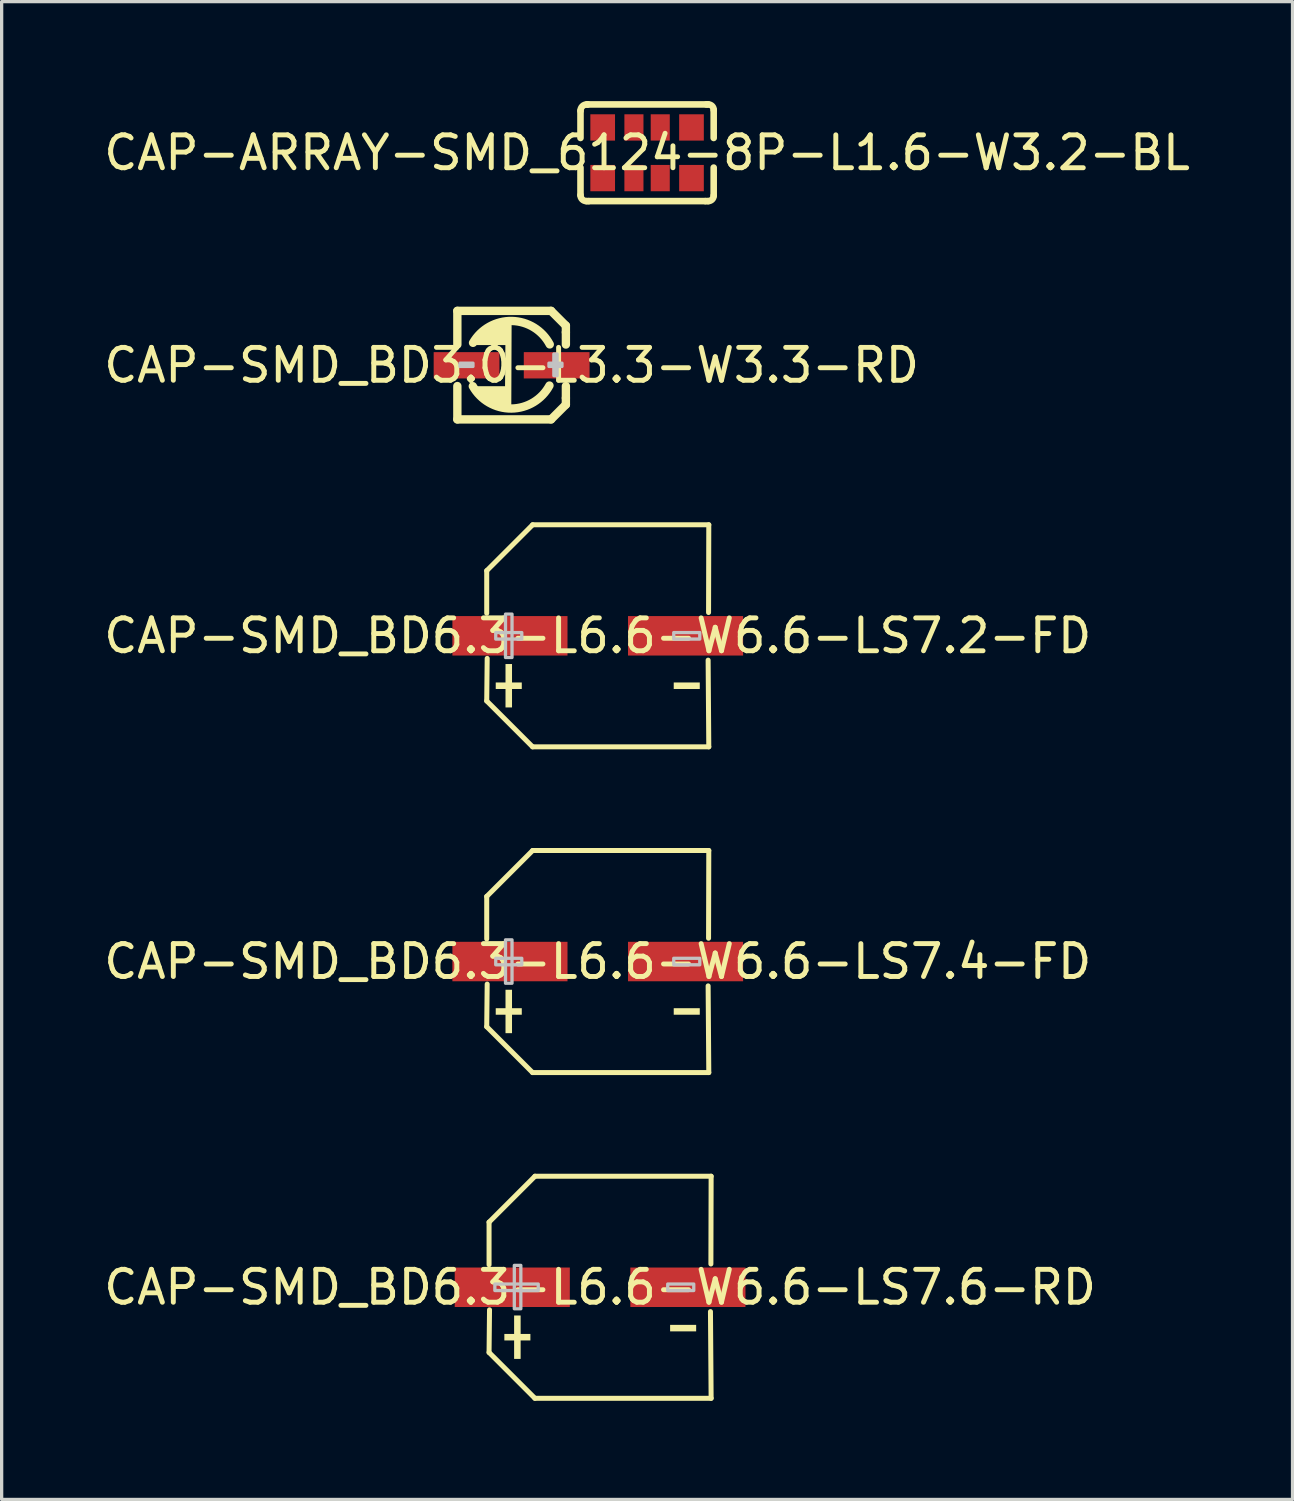
<source format=kicad_pcb>
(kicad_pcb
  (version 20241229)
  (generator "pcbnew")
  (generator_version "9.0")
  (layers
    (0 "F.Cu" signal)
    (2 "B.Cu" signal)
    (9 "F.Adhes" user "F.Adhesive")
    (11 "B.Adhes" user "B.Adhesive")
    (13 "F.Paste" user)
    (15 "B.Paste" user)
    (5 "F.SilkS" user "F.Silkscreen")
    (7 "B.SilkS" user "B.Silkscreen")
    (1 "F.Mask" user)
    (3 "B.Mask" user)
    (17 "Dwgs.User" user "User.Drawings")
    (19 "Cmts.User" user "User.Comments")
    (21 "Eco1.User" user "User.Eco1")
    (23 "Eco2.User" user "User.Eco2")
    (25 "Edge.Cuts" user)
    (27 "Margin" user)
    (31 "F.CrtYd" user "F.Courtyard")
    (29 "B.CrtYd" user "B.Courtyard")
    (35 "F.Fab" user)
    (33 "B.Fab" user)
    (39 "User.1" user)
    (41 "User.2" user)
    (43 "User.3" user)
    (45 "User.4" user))
  (footprint "CAP-SMD_BD3.0-L3.3-W3.3-RD"
    (layer "F.Cu")
    (at 12.506 8.057)
    (property "Reference" "CAP-SMD_BD3.0-L3.3-W3.3-RD" (at 0 0 0) (unlocked yes) (layer "F.SilkS") (effects (font (size 1 1) (thickness 0.15))))
    (fp_line (start -1.65 -0.631) (end -1.65 -1.655) (stroke (width 0.254) (type default)) (layer "F.SilkS"))
    (fp_line (start -1.65 1.645) (end -1.65 0.631) (stroke (width 0.254) (type default)) (layer "F.SilkS"))
    (fp_line (start 1.2 -1.655) (end -1.65 -1.655) (stroke (width 0.254) (type default)) (layer "F.SilkS"))
    (fp_line (start 1.2 1.645) (end -1.65 1.645) (stroke (width 0.254) (type default)) (layer "F.SilkS"))
    (fp_line (start 1.65 -1.205) (end 1.2 -1.655) (stroke (width 0.254) (type default)) (layer "F.SilkS"))
    (fp_line (start 1.65 -1.005) (end 1.65 -1.205) (stroke (width 0.254) (type default)) (layer "F.SilkS"))
    (fp_line (start 1.65 -0.631) (end 1.65 -1.005) (stroke (width 0.254) (type default)) (layer "F.SilkS"))
    (fp_line (start 1.65 0.995) (end 1.65 0.631) (stroke (width 0.254) (type default)) (layer "F.SilkS"))
    (fp_line (start 1.65 0.995) (end 1.65 1.195) (stroke (width 0.254) (type default)) (layer "F.SilkS"))
    (fp_line (start 1.65 1.195) (end 1.2 1.645) (stroke (width 0.254) (type default)) (layer "F.SilkS"))
    (fp_arc (start -1.1735 -0.6835) (mid 0.007636 -1.347926) (end 1.16 -0.635) (stroke (width 0.254) (type default)) (layer "F.SilkS"))
    (fp_arc (start 1.151 0.6155) (mid -0.008805 1.314904) (end -1.18 0.635) (stroke (width 0.254) (type default)) (layer "F.SilkS"))
    (fp_poly (pts (xy -0.01 1.325) (xy 0 -1.345) (xy -0.25 -1.285) (xy -0.52 -1.185) (xy -0.7 -1.055) (xy -0.85 -0.985) (xy -0.98 -0.845) (xy -1.1 -0.715) (xy -1.18 -0.615) (xy -0.19 -0.615) (xy -0.2 0.635) (xy -1.09 0.635) (xy -1.04 0.855) (xy -0.93 0.995) (xy -0.76 1.145) (xy -0.58 1.215) (xy -0.38 1.275) (xy -0.17 1.335) (xy -0.01 1.355)) (stroke (width 0) (type default)) (fill yes) (layer "F.SilkS"))
    (fp_poly (pts (xy -1.571 0.035) (xy -1.571 -0.065) (xy -1.175 -0.065) (xy -1.175 0.035)) (stroke (width 0.1) (type default)) (fill no) (layer "Dwgs.User"))
    (fp_poly (pts (xy 1.383 0.315) (xy 1.383 -0.345) (xy 1.284 -0.345) (xy 1.284 0.315)) (stroke (width 0.1) (type default)) (fill no) (layer "Dwgs.User"))
    (fp_poly (pts (xy 1.531 0.035) (xy 1.531 -0.065) (xy 1.135 -0.065) (xy 1.135 0.035)) (stroke (width 0.1) (type default)) (fill no) (layer "Dwgs.User"))
    (fp_poly (pts (xy -1.898 0.325) (xy -1.898 -0.325) (xy -0.398 -0.325) (xy -0.398 0.325)) (stroke (width 0.1) (type default)) (fill no) (layer "User.1"))
    (fp_poly (pts (xy 0.398 0.325) (xy 0.398 -0.325) (xy 1.898 -0.325) (xy 1.898 0.325)) (stroke (width 0.1) (type default)) (fill no) (layer "User.1"))
    (fp_line (start -1.655 -1.665) (end 0.985 -1.665) (stroke (width 0.051) (type default)) (layer "User.2"))
    (fp_line (start -1.655 1.635) (end -1.655 -1.665) (stroke (width 0.051) (type default)) (layer "User.2"))
    (fp_line (start 0.985 -1.665) (end 1.645 -1.005) (stroke (width 0.051) (type default)) (layer "User.2"))
    (fp_line (start 0.985 1.635) (end -1.655 1.635) (stroke (width 0.051) (type default)) (layer "User.2"))
    (fp_line (start 1.645 -1.005) (end 1.645 0.975) (stroke (width 0.051) (type default)) (layer "User.2"))
    (fp_line (start 1.645 0.975) (end 0.985 1.635) (stroke (width 0.051) (type default)) (layer "User.2"))
    (fp_poly (pts (xy 1.966 1.639) (xy 1.948 1.597) (xy 1.906 1.579) (xy 1.864 1.597) (xy 1.846 1.639) (xy 1.864 1.682) (xy 1.906 1.7) (xy 1.948 1.682)) (stroke (width 0.1) (type default)) (fill no) (layer "User.3"))
    (pad "1" smd rect (at 1.37 0) (size 2 0.8) (layers "F.Cu" "F.Mask" "F.Paste"))
    (pad "2" smd rect (at -1.37 0) (size 2 0.8) (layers "F.Cu" "F.Mask" "F.Paste")))
  (footprint "CAP-ARRAY-SMD_6124-8P-L1.6-W3.2-BL"
    (layer "F.Cu")
    (at 16.625 1.595)
    (property "Reference" "CAP-ARRAY-SMD_6124-8P-L1.6-W3.2-BL" (at 0 0 0) (unlocked yes) (layer "F.SilkS") (effects (font (size 1 1) (thickness 0.15))))
    (fp_line (start -2.025 -0.45) (end -2.025 -1.276) (stroke (width 0.2) (type default)) (layer "F.SilkS"))
    (fp_line (start -2.025 0.45) (end -2.025 1.289) (stroke (width 0.2) (type default)) (layer "F.SilkS"))
    (fp_line (start -1.844 1.47) (end -1.776 1.47) (stroke (width 0.2) (type default)) (layer "F.SilkS"))
    (fp_line (start -1.831 -1.47) (end -1.8 -1.47) (stroke (width 0.2) (type default)) (layer "F.SilkS"))
    (fp_line (start -1.8 -1.47) (end 1.802 -1.47) (stroke (width 0.2) (type default)) (layer "F.SilkS"))
    (fp_line (start -1.776 1.47) (end 1.774 1.47) (stroke (width 0.2) (type default)) (layer "F.SilkS"))
    (fp_line (start 1.774 1.47) (end 1.857 1.47) (stroke (width 0.2) (type default)) (layer "F.SilkS"))
    (fp_line (start 1.802 -1.47) (end 1.859 -1.47) (stroke (width 0.2) (type default)) (layer "F.SilkS"))
    (fp_line (start 2.025 -1.304) (end 2.025 -0.45) (stroke (width 0.2) (type default)) (layer "F.SilkS"))
    (fp_line (start 2.025 1.302) (end 2.025 0.45) (stroke (width 0.2) (type default)) (layer "F.SilkS"))
    (fp_arc (start -2.025 -1.276) (mid -1.968179 -1.413179) (end -1.831 -1.47) (stroke (width 0.2) (type default)) (layer "F.SilkS"))
    (fp_arc (start -1.844 1.47) (mid -1.971986 1.416986) (end -2.025 1.289) (stroke (width 0.2) (type default)) (layer "F.SilkS"))
    (fp_arc (start 1.8595 -1.47) (mid 1.97688 -1.42138) (end 2.025 -1.304) (stroke (width 0.2) (type default)) (layer "F.SilkS"))
    (fp_arc (start 2.025 1.3025) (mid 1.975794 1.421294) (end 1.857 1.47) (stroke (width 0.2) (type default)) (layer "F.SilkS"))
    (fp_poly (pts (xy -1.725 -0.37) (xy -1.725 -1.17) (xy -0.975 -1.17) (xy -0.975 -0.37)) (stroke (width 0.1) (type default)) (fill no) (layer "User.1"))
    (fp_poly (pts (xy -1.725 1.17) (xy -1.725 0.37) (xy -0.975 0.37) (xy -0.975 1.17)) (stroke (width 0.1) (type default)) (fill no) (layer "User.1"))
    (fp_poly (pts (xy -0.69 -0.37) (xy -0.69 -1.17) (xy -0.11 -1.17) (xy -0.11 -0.37)) (stroke (width 0.1) (type default)) (fill no) (layer "User.1"))
    (fp_poly (pts (xy -0.69 1.17) (xy -0.69 0.37) (xy -0.11 0.37) (xy -0.11 1.17)) (stroke (width 0.1) (type default)) (fill no) (layer "User.1"))
    (fp_poly (pts (xy 0.11 -0.37) (xy 0.11 -1.17) (xy 0.69 -1.17) (xy 0.69 -0.37)) (stroke (width 0.1) (type default)) (fill no) (layer "User.1"))
    (fp_poly (pts (xy 0.11 1.17) (xy 0.11 0.37) (xy 0.69 0.37) (xy 0.69 1.17)) (stroke (width 0.1) (type default)) (fill no) (layer "User.1"))
    (fp_poly (pts (xy 0.975 -0.37) (xy 0.975 -1.17) (xy 1.725 -1.17) (xy 1.725 -0.37)) (stroke (width 0.1) (type default)) (fill no) (layer "User.1"))
    (fp_poly (pts (xy 0.975 1.17) (xy 0.975 0.37) (xy 1.725 0.37) (xy 1.725 1.17)) (stroke (width 0.1) (type default)) (fill no) (layer "User.1"))
    (fp_line (start -2.125 -1.57) (end 2.125 -1.57) (stroke (width 0.051) (type default)) (layer "User.2"))
    (fp_line (start -2.125 1.57) (end -2.125 -1.57) (stroke (width 0.051) (type default)) (layer "User.2"))
    (fp_line (start 2.125 -1.57) (end 2.125 1.57) (stroke (width 0.051) (type default)) (layer "User.2"))
    (fp_line (start 2.125 1.57) (end -2.125 1.57) (stroke (width 0.051) (type default)) (layer "User.2"))
    (fp_poly (pts (xy -2.065 1.57) (xy -2.083 1.528) (xy -2.125 1.51) (xy -2.167 1.528) (xy -2.185 1.57) (xy -2.167 1.612) (xy -2.125 1.63) (xy -2.083 1.612)) (stroke (width 0.1) (type default)) (fill no) (layer "User.3"))
    (pad "1" smd rect (at -1.35 0.77 90) (size 0.8 0.75) (layers "F.Cu" "F.Mask" "F.Paste"))
    (pad "2" smd rect (at -0.4 0.77 90) (size 0.8 0.58) (layers "F.Cu" "F.Mask" "F.Paste"))
    (pad "3" smd rect (at 0.4 0.77 90) (size 0.8 0.58) (layers "F.Cu" "F.Mask" "F.Paste"))
    (pad "4" smd rect (at 1.35 0.77 90) (size 0.8 0.75) (layers "F.Cu" "F.Mask" "F.Paste"))
    (pad "5" smd rect (at 1.35 -0.77 90) (size 0.8 0.75) (layers "F.Cu" "F.Mask" "F.Paste"))
    (pad "6" smd rect (at 0.4 -0.77 90) (size 0.8 0.58) (layers "F.Cu" "F.Mask" "F.Paste"))
    (pad "7" smd rect (at -0.4 -0.77 90) (size 0.8 0.58) (layers "F.Cu" "F.Mask" "F.Paste"))
    (pad "8" smd rect (at -1.35 -0.77 90) (size 0.8 0.75) (layers "F.Cu" "F.Mask" "F.Paste")))
  (footprint "CAP-SMD_BD6.3-L6.6-W6.6-LS7.2-FD"
    (layer "F.Cu")
    (at 15.125 16.282)
    (property "Reference" "CAP-SMD_BD6.3-L6.6-W6.6-LS7.2-FD" (at 0 0 0) (unlocked yes) (layer "F.SilkS") (effects (font (size 1 1) (thickness 0.15))))
    (fp_line (start -3.376 -1.98) (end -3.376 -0.686) (stroke (width 0.152) (type default)) (layer "F.SilkS"))
    (fp_line (start -3.376 1.981) (end -3.362 0.686) (stroke (width 0.152) (type default)) (layer "F.SilkS"))
    (fp_line (start -1.981 3.376) (end -3.376 1.981) (stroke (width 0.152) (type default)) (layer "F.SilkS"))
    (fp_line (start -1.98 -3.376) (end -3.376 -1.98) (stroke (width 0.152) (type default)) (layer "F.SilkS"))
    (fp_line (start 3.356 0.74) (end 3.376 3.376) (stroke (width 0.152) (type default)) (layer "F.SilkS"))
    (fp_line (start 3.369 -0.708) (end 3.376 -3.376) (stroke (width 0.152) (type default)) (layer "F.SilkS"))
    (fp_line (start 3.376 3.376) (end -1.981 3.376) (stroke (width 0.152) (type default)) (layer "F.SilkS"))
    (fp_line (start 3.376 -3.376) (end -1.98 -3.376) (stroke (width 0.152) (type default)) (layer "F.SilkS"))
    (fp_poly (pts (xy -3.102 1.419) (xy -3.102 1.617) (xy -2.31 1.617) (xy -2.31 1.419)) (stroke (width 0) (type default)) (fill yes) (layer "F.SilkS"))
    (fp_poly (pts (xy -2.805 0.858) (xy -2.805 2.178) (xy -2.607 2.178) (xy -2.607 0.858)) (stroke (width 0) (type default)) (fill yes) (layer "F.SilkS"))
    (fp_poly (pts (xy 3.102 1.419) (xy 3.102 1.617) (xy 2.31 1.617) (xy 2.31 1.419)) (stroke (width 0) (type default)) (fill yes) (layer "F.SilkS"))
    (fp_poly (pts (xy -3.102 -0.099) (xy -3.102 0.099) (xy -2.31 0.099) (xy -2.31 -0.099)) (stroke (width 0.1) (type default)) (fill no) (layer "Dwgs.User"))
    (fp_poly (pts (xy -2.805 -0.66) (xy -2.805 0.66) (xy -2.607 0.66) (xy -2.607 -0.66)) (stroke (width 0.1) (type default)) (fill no) (layer "Dwgs.User"))
    (fp_poly (pts (xy 3.102 -0.099) (xy 3.102 0.099) (xy 2.31 0.099) (xy 2.31 -0.099)) (stroke (width 0.1) (type default)) (fill no) (layer "Dwgs.User"))
    (fp_poly (pts (xy -3.6 -0.35) (xy -0.95 -0.35) (xy -0.95 0.35) (xy -3.6 0.35)) (stroke (width 0.1) (type default)) (fill no) (layer "User.1"))
    (fp_poly (pts (xy 0.95 -0.35) (xy 3.6 -0.35) (xy 3.6 0.35) (xy 0.95 0.35)) (stroke (width 0.1) (type default)) (fill no) (layer "User.1"))
    (fp_line (start -3.3 -1.98) (end -1.98 -3.3) (stroke (width 0.051) (type default)) (layer "User.2"))
    (fp_line (start -3.3 1.98) (end -3.3 -1.98) (stroke (width 0.051) (type default)) (layer "User.2"))
    (fp_line (start -1.98 -3.3) (end 3.3 -3.3) (stroke (width 0.051) (type default)) (layer "User.2"))
    (fp_line (start -1.98 3.3) (end -3.3 1.98) (stroke (width 0.051) (type default)) (layer "User.2"))
    (fp_line (start 3.3 -3.3) (end 3.3 3.3) (stroke (width 0.051) (type default)) (layer "User.2"))
    (fp_line (start 3.3 3.3) (end -1.98 3.3) (stroke (width 0.051) (type default)) (layer "User.2"))
    (fp_poly (pts (xy -3.54 3.3) (xy -3.558 3.258) (xy -3.6 3.24) (xy -3.642 3.258) (xy -3.66 3.3) (xy -3.642 3.342) (xy -3.6 3.36) (xy -3.558 3.342)) (stroke (width 0.1) (type default)) (fill no) (layer "User.3"))
    (pad "1" smd rect (at -2.67 0) (size 3.5 1.2) (layers "F.Cu" "F.Mask" "F.Paste"))
    (pad "2" smd rect (at 2.67 0) (size 3.5 1.2) (layers "F.Cu" "F.Mask" "F.Paste")))
  (footprint "CAP-SMD_BD6.3-L6.6-W6.6-LS7.6-RD"
    (layer "F.Cu")
    (at 15.196 36.09)
    (property "Reference" "CAP-SMD_BD6.3-L6.6-W6.6-LS7.6-RD" (at 0 0 0) (unlocked yes) (layer "F.SilkS") (effects (font (size 1 1) (thickness 0.15))))
    (fp_line (start -3.376 -1.98) (end -3.376 -0.685) (stroke (width 0.152) (type default)) (layer "F.SilkS"))
    (fp_line (start -3.376 1.982) (end -3.362 0.686) (stroke (width 0.152) (type default)) (layer "F.SilkS"))
    (fp_line (start -1.982 3.376) (end -3.376 1.982) (stroke (width 0.152) (type default)) (layer "F.SilkS"))
    (fp_line (start -1.98 -3.376) (end -3.376 -1.98) (stroke (width 0.152) (type default)) (layer "F.SilkS"))
    (fp_line (start 3.356 0.74) (end 3.376 3.376) (stroke (width 0.152) (type default)) (layer "F.SilkS"))
    (fp_line (start 3.369 -0.708) (end 3.376 -3.376) (stroke (width 0.152) (type default)) (layer "F.SilkS"))
    (fp_line (start 3.376 3.376) (end -1.982 3.376) (stroke (width 0.152) (type default)) (layer "F.SilkS"))
    (fp_line (start 3.376 -3.376) (end -1.98 -3.376) (stroke (width 0.152) (type default)) (layer "F.SilkS"))
    (fp_poly (pts (xy -2.911 1.419) (xy -2.911 1.617) (xy -2.119 1.617) (xy -2.119 1.419)) (stroke (width 0) (type default)) (fill yes) (layer "F.SilkS"))
    (fp_poly (pts (xy -2.614 0.858) (xy -2.614 2.178) (xy -2.416 2.178) (xy -2.416 0.858)) (stroke (width 0) (type default)) (fill yes) (layer "F.SilkS"))
    (fp_poly (pts (xy 2.921 1.143) (xy 2.921 1.341) (xy 2.129 1.341) (xy 2.129 1.143)) (stroke (width 0) (type default)) (fill yes) (layer "F.SilkS"))
    (fp_poly (pts (xy -2.41 0.654) (xy -2.41 -0.666) (xy -2.608 -0.666) (xy -2.608 0.654)) (stroke (width 0.1) (type default)) (fill no) (layer "Dwgs.User"))
    (fp_poly (pts (xy -1.88 -0.099) (xy -3.2 -0.099) (xy -3.2 0.099) (xy -1.88 0.099)) (stroke (width 0.1) (type default)) (fill no) (layer "Dwgs.User"))
    (fp_poly (pts (xy 2.848 -0.099) (xy 2.848 0.099) (xy 2.056 0.099) (xy 2.056 -0.099)) (stroke (width 0.1) (type default)) (fill no) (layer "Dwgs.User"))
    (fp_poly (pts (xy -3.8 -0.325) (xy -1.4 -0.325) (xy -1.4 0.325) (xy -3.8 0.325)) (stroke (width 0.1) (type default)) (fill no) (layer "User.1"))
    (fp_poly (pts (xy 1.4 -0.325) (xy 3.8 -0.325) (xy 3.8 0.325) (xy 1.4 0.325)) (stroke (width 0.1) (type default)) (fill no) (layer "User.1"))
    (fp_line (start -3.3 -1.98) (end -1.98 -3.3) (stroke (width 0.051) (type default)) (layer "User.2"))
    (fp_line (start -3.3 1.98) (end -3.3 -1.98) (stroke (width 0.051) (type default)) (layer "User.2"))
    (fp_line (start -1.98 -3.3) (end 3.3 -3.3) (stroke (width 0.051) (type default)) (layer "User.2"))
    (fp_line (start -1.98 3.3) (end -3.3 1.98) (stroke (width 0.051) (type default)) (layer "User.2"))
    (fp_line (start 3.3 -3.3) (end 3.3 3.3) (stroke (width 0.051) (type default)) (layer "User.2"))
    (fp_line (start 3.3 3.3) (end -1.98 3.3) (stroke (width 0.051) (type default)) (layer "User.2"))
    (fp_poly (pts (xy -3.74 3.3) (xy -3.758 3.258) (xy -3.8 3.24) (xy -3.842 3.258) (xy -3.86 3.3) (xy -3.842 3.342) (xy -3.8 3.36) (xy -3.758 3.342)) (stroke (width 0.1) (type default)) (fill no) (layer "User.3"))
    (pad "1" smd rect (at -2.67 0) (size 3.5 1.2) (layers "F.Cu" "F.Mask" "F.Paste"))
    (pad "2" smd rect (at 2.67 0) (size 3.5 1.2) (layers "F.Cu" "F.Mask" "F.Paste")))
  (footprint "CAP-SMD_BD6.3-L6.6-W6.6-LS7.4-FD"
    (layer "F.Cu")
    (at 15.125 26.186)
    (property "Reference" "CAP-SMD_BD6.3-L6.6-W6.6-LS7.4-FD" (at 0 0 0) (unlocked yes) (layer "F.SilkS") (effects (font (size 1 1) (thickness 0.15))))
    (fp_line (start -3.376 -1.98) (end -3.376 -0.685) (stroke (width 0.152) (type default)) (layer "F.SilkS"))
    (fp_line (start -3.376 1.982) (end -3.362 0.686) (stroke (width 0.152) (type default)) (layer "F.SilkS"))
    (fp_line (start -1.982 3.376) (end -3.376 1.982) (stroke (width 0.152) (type default)) (layer "F.SilkS"))
    (fp_line (start -1.98 -3.376) (end -3.376 -1.98) (stroke (width 0.152) (type default)) (layer "F.SilkS"))
    (fp_line (start 3.356 0.74) (end 3.376 3.376) (stroke (width 0.152) (type default)) (layer "F.SilkS"))
    (fp_line (start 3.369 -0.708) (end 3.376 -3.376) (stroke (width 0.152) (type default)) (layer "F.SilkS"))
    (fp_line (start 3.376 3.376) (end -1.982 3.376) (stroke (width 0.152) (type default)) (layer "F.SilkS"))
    (fp_line (start 3.376 -3.376) (end -1.98 -3.376) (stroke (width 0.152) (type default)) (layer "F.SilkS"))
    (fp_poly (pts (xy -3.102 1.419) (xy -3.102 1.617) (xy -2.31 1.617) (xy -2.31 1.419)) (stroke (width 0) (type default)) (fill yes) (layer "F.SilkS"))
    (fp_poly (pts (xy -2.805 0.858) (xy -2.805 2.178) (xy -2.607 2.178) (xy -2.607 0.858)) (stroke (width 0) (type default)) (fill yes) (layer "F.SilkS"))
    (fp_poly (pts (xy 3.102 1.419) (xy 3.102 1.617) (xy 2.31 1.617) (xy 2.31 1.419)) (stroke (width 0) (type default)) (fill yes) (layer "F.SilkS"))
    (fp_poly (pts (xy -3.102 -0.099) (xy -3.102 0.099) (xy -2.31 0.099) (xy -2.31 -0.099)) (stroke (width 0.1) (type default)) (fill no) (layer "Dwgs.User"))
    (fp_poly (pts (xy -2.805 -0.66) (xy -2.805 0.66) (xy -2.607 0.66) (xy -2.607 -0.66)) (stroke (width 0.1) (type default)) (fill no) (layer "Dwgs.User"))
    (fp_poly (pts (xy 3.102 -0.099) (xy 3.102 0.099) (xy 2.31 0.099) (xy 2.31 -0.099)) (stroke (width 0.1) (type default)) (fill no) (layer "Dwgs.User"))
    (fp_poly (pts (xy -3.701 -0.35) (xy -1.052 -0.35) (xy -1.052 0.35) (xy -3.701 0.35)) (stroke (width 0.1) (type default)) (fill no) (layer "User.1"))
    (fp_poly (pts (xy 1.052 -0.35) (xy 3.701 -0.35) (xy 3.701 0.35) (xy 1.052 0.35)) (stroke (width 0.1) (type default)) (fill no) (layer "User.1"))
    (fp_line (start -3.3 -1.98) (end -1.98 -3.3) (stroke (width 0.051) (type default)) (layer "User.2"))
    (fp_line (start -3.3 1.98) (end -3.3 -1.98) (stroke (width 0.051) (type default)) (layer "User.2"))
    (fp_line (start -1.98 -3.3) (end 3.3 -3.3) (stroke (width 0.051) (type default)) (layer "User.2"))
    (fp_line (start -1.98 3.3) (end -3.3 1.98) (stroke (width 0.051) (type default)) (layer "User.2"))
    (fp_line (start 3.3 -3.3) (end 3.3 3.3) (stroke (width 0.051) (type default)) (layer "User.2"))
    (fp_line (start 3.3 3.3) (end -1.98 3.3) (stroke (width 0.051) (type default)) (layer "User.2"))
    (fp_poly (pts (xy -3.642 3.3) (xy -3.659 3.258) (xy -3.701 3.24) (xy -3.744 3.258) (xy -3.761 3.3) (xy -3.744 3.342) (xy -3.701 3.36) (xy -3.659 3.342)) (stroke (width 0.1) (type default)) (fill no) (layer "User.3"))
    (pad "1" smd rect (at -2.67 0) (size 3.5 1.2) (layers "F.Cu" "F.Mask" "F.Paste"))
    (pad "2" smd rect (at 2.67 0) (size 3.5 1.2) (layers "F.Cu" "F.Mask" "F.Paste")))
  (gr_rect
    (start -3 -3)
    (end 36.25 42.541)
    (stroke (width 0.1) (type default))
    (fill no)
    (layer "Edge.Cuts")))
</source>
